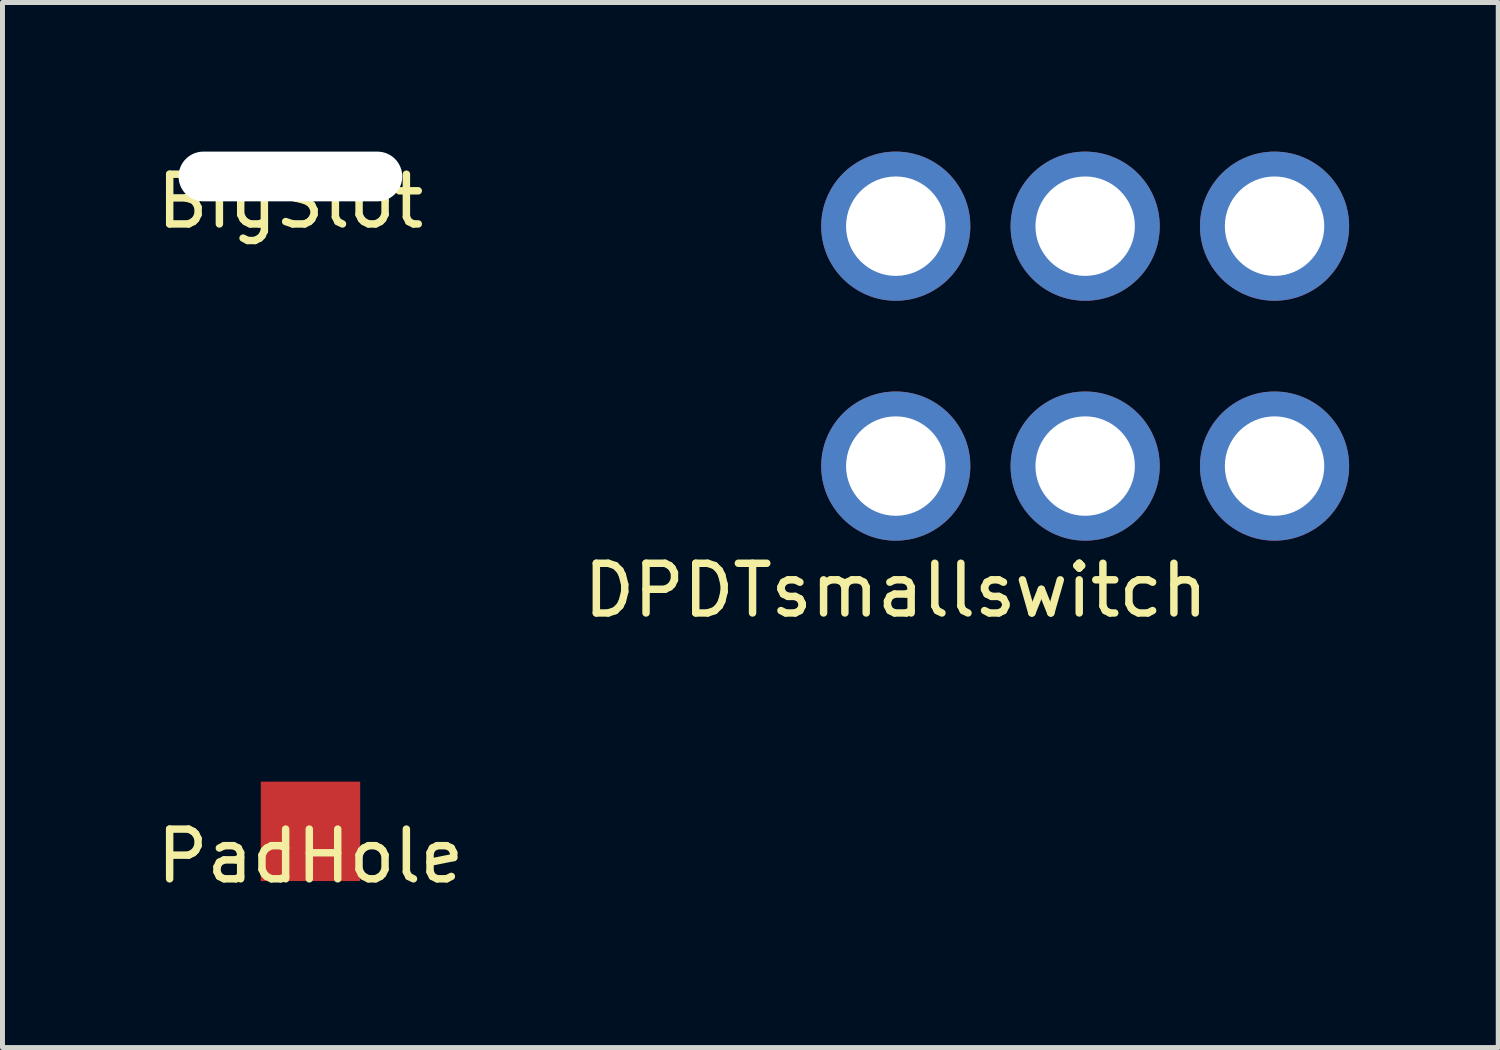
<source format=kicad_pcb>
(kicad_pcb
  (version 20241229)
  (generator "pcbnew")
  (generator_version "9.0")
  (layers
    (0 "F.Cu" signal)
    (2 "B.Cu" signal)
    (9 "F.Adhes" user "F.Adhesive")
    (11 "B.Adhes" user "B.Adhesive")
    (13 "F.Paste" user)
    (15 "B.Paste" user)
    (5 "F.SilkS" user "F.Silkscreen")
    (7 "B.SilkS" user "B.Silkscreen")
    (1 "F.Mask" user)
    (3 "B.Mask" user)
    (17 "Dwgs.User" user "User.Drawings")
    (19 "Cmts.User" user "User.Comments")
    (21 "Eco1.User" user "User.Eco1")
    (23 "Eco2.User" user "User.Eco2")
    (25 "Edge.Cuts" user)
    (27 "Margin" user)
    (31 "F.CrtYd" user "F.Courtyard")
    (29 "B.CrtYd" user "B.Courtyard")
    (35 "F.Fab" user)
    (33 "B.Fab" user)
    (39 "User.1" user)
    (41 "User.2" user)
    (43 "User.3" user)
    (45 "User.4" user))
  (footprint "BigSlot"
    (layer "F.Cu")
    (at 2.792 0.5)
    (property "Reference" "BigSlot" (at 0 0.5 0) (layer "F.SilkS") (effects (font (size 1 1) (thickness 0.15))))
    (attr through_hole)
    (pad "" np_thru_hole oval (at 0 0) (size 4.5 1) (drill oval 4.5 1) (layers "*.Cu" "*.Mask")))
  (footprint "PadHole"
    (layer "F.Cu")
    (at 3.196 13.674)
    (property "Reference" "PadHole" (at 0 0.5 0) (layer "F.SilkS") (effects (font (size 1 1) (thickness 0.15))))
    (attr through_hole)
    (pad "1" smd rect (at 0 0) (size 2 2) (layers "F.Cu" "F.Mask" "F.Paste")))
  (footprint "DPDTsmallswitch"
    (layer "F.Cu")
    (at 14.97 6.326)
    (property "Reference" "DPDTsmallswitch" (at 0 2.5 0) (layer "F.SilkS") (effects (font (size 1 1) (thickness 0.15))))
    (attr through_hole)
    (pad "1" thru_hole circle (at 0 0) (size 3 3) (drill 2) (layers "*.Cu" "*.Mask"))
    (pad "2" thru_hole circle (at 3.81 0) (size 3 3) (drill 2) (layers "*.Cu" "*.Mask"))
    (pad "3" thru_hole circle (at 7.62 0) (size 3 3) (drill 2) (layers "*.Cu" "*.Mask"))
    (pad "4" thru_hole circle (at 0 -4.826) (size 3 3) (drill 2) (layers "*.Cu" "*.Mask"))
    (pad "5" thru_hole circle (at 3.81 -4.826) (size 3 3) (drill 2) (layers "*.Cu" "*.Mask"))
    (pad "6" thru_hole circle (at 7.62 -4.826) (size 3 3) (drill 2) (layers "*.Cu" "*.Mask")))
  (gr_rect
    (start -3 -3)
    (end 27.09 18.023)
    (stroke (width 0.1) (type default))
    (fill no)
    (layer "Edge.Cuts")))
</source>
